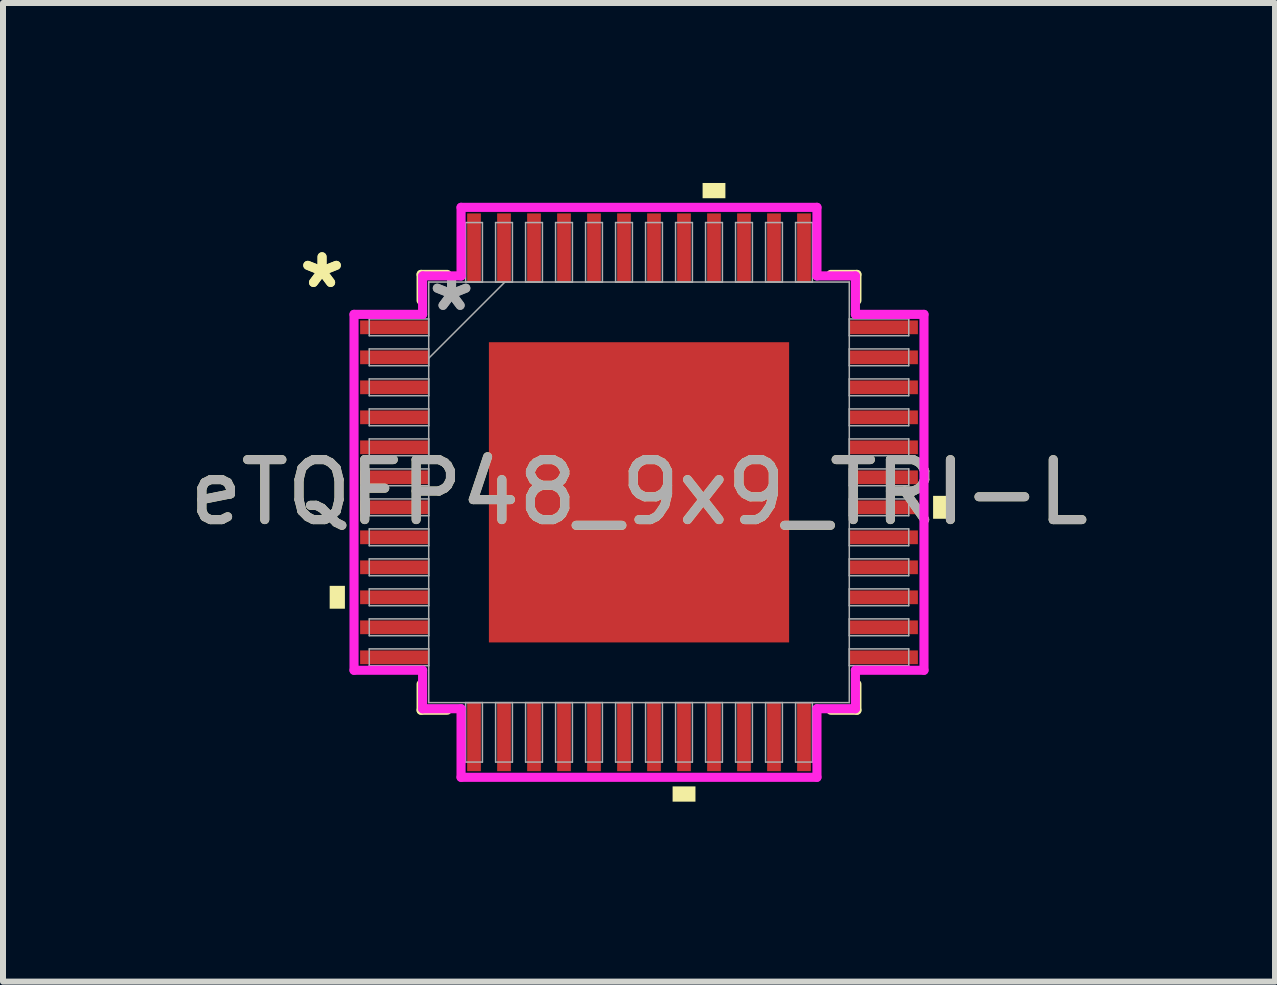
<source format=kicad_pcb>
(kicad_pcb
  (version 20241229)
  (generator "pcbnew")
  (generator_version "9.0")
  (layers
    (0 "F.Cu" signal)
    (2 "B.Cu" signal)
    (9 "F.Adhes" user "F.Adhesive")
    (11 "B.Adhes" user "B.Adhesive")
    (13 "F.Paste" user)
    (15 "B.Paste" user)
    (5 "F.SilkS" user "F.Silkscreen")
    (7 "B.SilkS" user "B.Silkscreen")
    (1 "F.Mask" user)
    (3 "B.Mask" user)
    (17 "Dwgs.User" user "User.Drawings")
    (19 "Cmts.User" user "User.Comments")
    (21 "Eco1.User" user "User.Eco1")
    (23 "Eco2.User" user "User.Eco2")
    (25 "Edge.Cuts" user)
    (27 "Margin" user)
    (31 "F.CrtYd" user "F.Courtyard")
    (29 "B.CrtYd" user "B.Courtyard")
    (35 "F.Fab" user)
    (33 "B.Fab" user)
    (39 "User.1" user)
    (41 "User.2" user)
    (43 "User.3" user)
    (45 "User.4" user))
  (footprint "eTQFP48_9x9_TRI-L"
    (layer "F.Cu")
    (at 7.601 5.156)
    (property "Reference" "eTQFP48_9x9_TRI-L" (at 0 0 0) (unlocked yes) (layer "F.SilkS") (effects (font (size 1 1) (thickness 0.15))))
    (attr smd)
    (fp_line (start -3.632 -3.632) (end -3.632 -3.197) (stroke (width 0.152) (type solid)) (layer "F.SilkS"))
    (fp_line (start -3.632 3.197) (end -3.632 3.632) (stroke (width 0.152) (type solid)) (layer "F.SilkS"))
    (fp_line (start -3.632 3.632) (end -3.197 3.632) (stroke (width 0.152) (type solid)) (layer "F.SilkS"))
    (fp_line (start -3.197 -3.632) (end -3.632 -3.632) (stroke (width 0.152) (type solid)) (layer "F.SilkS"))
    (fp_line (start 3.197 3.632) (end 3.632 3.632) (stroke (width 0.152) (type solid)) (layer "F.SilkS"))
    (fp_line (start 3.632 -3.632) (end 3.197 -3.632) (stroke (width 0.152) (type solid)) (layer "F.SilkS"))
    (fp_line (start 3.632 -3.197) (end 3.632 -3.632) (stroke (width 0.152) (type solid)) (layer "F.SilkS"))
    (fp_line (start 3.632 3.632) (end 3.632 3.197) (stroke (width 0.152) (type solid)) (layer "F.SilkS"))
    (fp_poly (pts (xy -5.156 1.559) (xy -5.156 1.94) (xy -4.902 1.94) (xy -4.902 1.559)) (stroke (width 0) (type solid)) (fill yes) (layer "F.SilkS"))
    (fp_poly (pts (xy 0.56 4.902) (xy 0.56 5.156) (xy 0.941 5.156) (xy 0.941 4.902)) (stroke (width 0) (type solid)) (fill yes) (layer "F.SilkS"))
    (fp_poly (pts (xy 1.06 -4.902) (xy 1.06 -5.156) (xy 1.44 -5.156) (xy 1.44 -4.902)) (stroke (width 0) (type solid)) (fill yes) (layer "F.SilkS"))
    (fp_poly (pts (xy 5.156 0.059) (xy 5.156 0.441) (xy 4.902 0.441) (xy 4.902 0.059)) (stroke (width 0) (type solid)) (fill yes) (layer "F.SilkS"))
    (fp_poly (pts (xy -2.402 -2.402) (xy -2.402 -0.934) (xy -0.934 -0.934) (xy -0.934 -2.402)) (stroke (width 0) (type solid)) (fill yes) (layer "F.Paste"))
    (fp_poly (pts (xy -2.402 -0.734) (xy -2.402 0.734) (xy -0.934 0.734) (xy -0.934 -0.734)) (stroke (width 0) (type solid)) (fill yes) (layer "F.Paste"))
    (fp_poly (pts (xy -2.402 0.934) (xy -2.402 2.402) (xy -0.934 2.402) (xy -0.934 0.934)) (stroke (width 0) (type solid)) (fill yes) (layer "F.Paste"))
    (fp_poly (pts (xy -0.734 -2.402) (xy -0.734 -0.934) (xy 0.734 -0.934) (xy 0.734 -2.402)) (stroke (width 0) (type solid)) (fill yes) (layer "F.Paste"))
    (fp_poly (pts (xy -0.734 -0.734) (xy -0.734 0.734) (xy 0.734 0.734) (xy 0.734 -0.734)) (stroke (width 0) (type solid)) (fill yes) (layer "F.Paste"))
    (fp_poly (pts (xy -0.734 0.934) (xy -0.734 2.402) (xy 0.734 2.402) (xy 0.734 0.934)) (stroke (width 0) (type solid)) (fill yes) (layer "F.Paste"))
    (fp_poly (pts (xy 0.934 -2.402) (xy 0.934 -0.934) (xy 2.402 -0.934) (xy 2.402 -2.402)) (stroke (width 0) (type solid)) (fill yes) (layer "F.Paste"))
    (fp_poly (pts (xy 0.934 -0.734) (xy 0.934 0.734) (xy 2.402 0.734) (xy 2.402 -0.734)) (stroke (width 0) (type solid)) (fill yes) (layer "F.Paste"))
    (fp_poly (pts (xy 0.934 0.934) (xy 0.934 2.402) (xy 2.402 2.402) (xy 2.402 0.934)) (stroke (width 0) (type solid)) (fill yes) (layer "F.Paste"))
    (fp_line (start -4.75 -2.966) (end -3.607 -2.966) (stroke (width 0.152) (type solid)) (layer "F.CrtYd"))
    (fp_line (start -4.75 2.966) (end -4.75 -2.966) (stroke (width 0.152) (type solid)) (layer "F.CrtYd"))
    (fp_line (start -3.607 -3.607) (end -2.966 -3.607) (stroke (width 0.152) (type solid)) (layer "F.CrtYd"))
    (fp_line (start -3.607 -2.966) (end -3.607 -3.607) (stroke (width 0.152) (type solid)) (layer "F.CrtYd"))
    (fp_line (start -3.607 2.966) (end -4.75 2.966) (stroke (width 0.152) (type solid)) (layer "F.CrtYd"))
    (fp_line (start -3.607 3.607) (end -3.607 2.966) (stroke (width 0.152) (type solid)) (layer "F.CrtYd"))
    (fp_line (start -3.607 3.607) (end -2.966 3.607) (stroke (width 0.152) (type solid)) (layer "F.CrtYd"))
    (fp_line (start -2.966 -4.75) (end 2.966 -4.75) (stroke (width 0.152) (type solid)) (layer "F.CrtYd"))
    (fp_line (start -2.966 -3.607) (end -2.966 -4.75) (stroke (width 0.152) (type solid)) (layer "F.CrtYd"))
    (fp_line (start -2.966 3.607) (end -2.966 4.75) (stroke (width 0.152) (type solid)) (layer "F.CrtYd"))
    (fp_line (start -2.966 4.75) (end 2.966 4.75) (stroke (width 0.152) (type solid)) (layer "F.CrtYd"))
    (fp_line (start 2.966 -4.75) (end 2.966 -3.607) (stroke (width 0.152) (type solid)) (layer "F.CrtYd"))
    (fp_line (start 2.966 -3.607) (end 3.607 -3.607) (stroke (width 0.152) (type solid)) (layer "F.CrtYd"))
    (fp_line (start 2.966 3.607) (end 3.607 3.607) (stroke (width 0.152) (type solid)) (layer "F.CrtYd"))
    (fp_line (start 2.966 4.75) (end 2.966 3.607) (stroke (width 0.152) (type solid)) (layer "F.CrtYd"))
    (fp_line (start 3.607 -2.966) (end 3.607 -3.607) (stroke (width 0.152) (type solid)) (layer "F.CrtYd"))
    (fp_line (start 3.607 2.966) (end 4.75 2.966) (stroke (width 0.152) (type solid)) (layer "F.CrtYd"))
    (fp_line (start 3.607 3.607) (end 3.607 2.966) (stroke (width 0.152) (type solid)) (layer "F.CrtYd"))
    (fp_line (start 4.75 -2.966) (end 3.607 -2.966) (stroke (width 0.152) (type solid)) (layer "F.CrtYd"))
    (fp_line (start 4.75 2.966) (end 4.75 -2.966) (stroke (width 0.152) (type solid)) (layer "F.CrtYd"))
    (fp_line (start -4.496 -2.89) (end -4.496 -2.61) (stroke (width 0.025) (type solid)) (layer "F.Fab"))
    (fp_line (start -4.496 -2.61) (end -3.505 -2.61) (stroke (width 0.025) (type solid)) (layer "F.Fab"))
    (fp_line (start -4.496 -2.39) (end -4.496 -2.11) (stroke (width 0.025) (type solid)) (layer "F.Fab"))
    (fp_line (start -4.496 -2.11) (end -3.505 -2.11) (stroke (width 0.025) (type solid)) (layer "F.Fab"))
    (fp_line (start -4.496 -1.89) (end -4.496 -1.61) (stroke (width 0.025) (type solid)) (layer "F.Fab"))
    (fp_line (start -4.496 -1.61) (end -3.505 -1.61) (stroke (width 0.025) (type solid)) (layer "F.Fab"))
    (fp_line (start -4.496 -1.39) (end -4.496 -1.11) (stroke (width 0.025) (type solid)) (layer "F.Fab"))
    (fp_line (start -4.496 -1.11) (end -3.505 -1.11) (stroke (width 0.025) (type solid)) (layer "F.Fab"))
    (fp_line (start -4.496 -0.89) (end -4.496 -0.61) (stroke (width 0.025) (type solid)) (layer "F.Fab"))
    (fp_line (start -4.496 -0.61) (end -3.505 -0.61) (stroke (width 0.025) (type solid)) (layer "F.Fab"))
    (fp_line (start -4.496 -0.39) (end -4.496 -0.11) (stroke (width 0.025) (type solid)) (layer "F.Fab"))
    (fp_line (start -4.496 -0.11) (end -3.505 -0.11) (stroke (width 0.025) (type solid)) (layer "F.Fab"))
    (fp_line (start -4.496 0.11) (end -4.496 0.39) (stroke (width 0.025) (type solid)) (layer "F.Fab"))
    (fp_line (start -4.496 0.39) (end -3.505 0.39) (stroke (width 0.025) (type solid)) (layer "F.Fab"))
    (fp_line (start -4.496 0.61) (end -4.496 0.89) (stroke (width 0.025) (type solid)) (layer "F.Fab"))
    (fp_line (start -4.496 0.89) (end -3.505 0.89) (stroke (width 0.025) (type solid)) (layer "F.Fab"))
    (fp_line (start -4.496 1.11) (end -4.496 1.39) (stroke (width 0.025) (type solid)) (layer "F.Fab"))
    (fp_line (start -4.496 1.39) (end -3.505 1.39) (stroke (width 0.025) (type solid)) (layer "F.Fab"))
    (fp_line (start -4.496 1.61) (end -4.496 1.89) (stroke (width 0.025) (type solid)) (layer "F.Fab"))
    (fp_line (start -4.496 1.89) (end -3.505 1.89) (stroke (width 0.025) (type solid)) (layer "F.Fab"))
    (fp_line (start -4.496 2.11) (end -4.496 2.39) (stroke (width 0.025) (type solid)) (layer "F.Fab"))
    (fp_line (start -4.496 2.39) (end -3.505 2.39) (stroke (width 0.025) (type solid)) (layer "F.Fab"))
    (fp_line (start -4.496 2.61) (end -4.496 2.89) (stroke (width 0.025) (type solid)) (layer "F.Fab"))
    (fp_line (start -4.496 2.89) (end -3.505 2.89) (stroke (width 0.025) (type solid)) (layer "F.Fab"))
    (fp_line (start -3.505 -3.505) (end -3.505 3.505) (stroke (width 0.025) (type solid)) (layer "F.Fab"))
    (fp_line (start -3.505 -2.89) (end -4.496 -2.89) (stroke (width 0.025) (type solid)) (layer "F.Fab"))
    (fp_line (start -3.505 -2.61) (end -3.505 -2.89) (stroke (width 0.025) (type solid)) (layer "F.Fab"))
    (fp_line (start -3.505 -2.39) (end -4.496 -2.39) (stroke (width 0.025) (type solid)) (layer "F.Fab"))
    (fp_line (start -3.505 -2.235) (end -2.235 -3.505) (stroke (width 0.025) (type solid)) (layer "F.Fab"))
    (fp_line (start -3.505 -2.11) (end -3.505 -2.39) (stroke (width 0.025) (type solid)) (layer "F.Fab"))
    (fp_line (start -3.505 -1.89) (end -4.496 -1.89) (stroke (width 0.025) (type solid)) (layer "F.Fab"))
    (fp_line (start -3.505 -1.61) (end -3.505 -1.89) (stroke (width 0.025) (type solid)) (layer "F.Fab"))
    (fp_line (start -3.505 -1.39) (end -4.496 -1.39) (stroke (width 0.025) (type solid)) (layer "F.Fab"))
    (fp_line (start -3.505 -1.11) (end -3.505 -1.39) (stroke (width 0.025) (type solid)) (layer "F.Fab"))
    (fp_line (start -3.505 -0.89) (end -4.496 -0.89) (stroke (width 0.025) (type solid)) (layer "F.Fab"))
    (fp_line (start -3.505 -0.61) (end -3.505 -0.89) (stroke (width 0.025) (type solid)) (layer "F.Fab"))
    (fp_line (start -3.505 -0.39) (end -4.496 -0.39) (stroke (width 0.025) (type solid)) (layer "F.Fab"))
    (fp_line (start -3.505 -0.11) (end -3.505 -0.39) (stroke (width 0.025) (type solid)) (layer "F.Fab"))
    (fp_line (start -3.505 0.11) (end -4.496 0.11) (stroke (width 0.025) (type solid)) (layer "F.Fab"))
    (fp_line (start -3.505 0.39) (end -3.505 0.11) (stroke (width 0.025) (type solid)) (layer "F.Fab"))
    (fp_line (start -3.505 0.61) (end -4.496 0.61) (stroke (width 0.025) (type solid)) (layer "F.Fab"))
    (fp_line (start -3.505 0.89) (end -3.505 0.61) (stroke (width 0.025) (type solid)) (layer "F.Fab"))
    (fp_line (start -3.505 1.11) (end -4.496 1.11) (stroke (width 0.025) (type solid)) (layer "F.Fab"))
    (fp_line (start -3.505 1.39) (end -3.505 1.11) (stroke (width 0.025) (type solid)) (layer "F.Fab"))
    (fp_line (start -3.505 1.61) (end -4.496 1.61) (stroke (width 0.025) (type solid)) (layer "F.Fab"))
    (fp_line (start -3.505 1.89) (end -3.505 1.61) (stroke (width 0.025) (type solid)) (layer "F.Fab"))
    (fp_line (start -3.505 2.11) (end -4.496 2.11) (stroke (width 0.025) (type solid)) (layer "F.Fab"))
    (fp_line (start -3.505 2.39) (end -3.505 2.11) (stroke (width 0.025) (type solid)) (layer "F.Fab"))
    (fp_line (start -3.505 2.61) (end -4.496 2.61) (stroke (width 0.025) (type solid)) (layer "F.Fab"))
    (fp_line (start -3.505 2.89) (end -3.505 2.61) (stroke (width 0.025) (type solid)) (layer "F.Fab"))
    (fp_line (start -3.505 3.505) (end 3.505 3.505) (stroke (width 0.025) (type solid)) (layer "F.Fab"))
    (fp_line (start -2.89 -4.496) (end -2.89 -3.505) (stroke (width 0.025) (type solid)) (layer "F.Fab"))
    (fp_line (start -2.89 -3.505) (end -2.61 -3.505) (stroke (width 0.025) (type solid)) (layer "F.Fab"))
    (fp_line (start -2.89 3.505) (end -2.89 4.496) (stroke (width 0.025) (type solid)) (layer "F.Fab"))
    (fp_line (start -2.89 4.496) (end -2.61 4.496) (stroke (width 0.025) (type solid)) (layer "F.Fab"))
    (fp_line (start -2.61 -4.496) (end -2.89 -4.496) (stroke (width 0.025) (type solid)) (layer "F.Fab"))
    (fp_line (start -2.61 -3.505) (end -2.61 -4.496) (stroke (width 0.025) (type solid)) (layer "F.Fab"))
    (fp_line (start -2.61 3.505) (end -2.89 3.505) (stroke (width 0.025) (type solid)) (layer "F.Fab"))
    (fp_line (start -2.61 4.496) (end -2.61 3.505) (stroke (width 0.025) (type solid)) (layer "F.Fab"))
    (fp_line (start -2.39 -4.496) (end -2.39 -3.505) (stroke (width 0.025) (type solid)) (layer "F.Fab"))
    (fp_line (start -2.39 -3.505) (end -2.11 -3.505) (stroke (width 0.025) (type solid)) (layer "F.Fab"))
    (fp_line (start -2.39 3.505) (end -2.39 4.496) (stroke (width 0.025) (type solid)) (layer "F.Fab"))
    (fp_line (start -2.39 4.496) (end -2.11 4.496) (stroke (width 0.025) (type solid)) (layer "F.Fab"))
    (fp_line (start -2.11 -4.496) (end -2.39 -4.496) (stroke (width 0.025) (type solid)) (layer "F.Fab"))
    (fp_line (start -2.11 -3.505) (end -2.11 -4.496) (stroke (width 0.025) (type solid)) (layer "F.Fab"))
    (fp_line (start -2.11 3.505) (end -2.39 3.505) (stroke (width 0.025) (type solid)) (layer "F.Fab"))
    (fp_line (start -2.11 4.496) (end -2.11 3.505) (stroke (width 0.025) (type solid)) (layer "F.Fab"))
    (fp_line (start -1.89 -4.496) (end -1.89 -3.505) (stroke (width 0.025) (type solid)) (layer "F.Fab"))
    (fp_line (start -1.89 -3.505) (end -1.61 -3.505) (stroke (width 0.025) (type solid)) (layer "F.Fab"))
    (fp_line (start -1.89 3.505) (end -1.89 4.496) (stroke (width 0.025) (type solid)) (layer "F.Fab"))
    (fp_line (start -1.89 4.496) (end -1.61 4.496) (stroke (width 0.025) (type solid)) (layer "F.Fab"))
    (fp_line (start -1.61 -4.496) (end -1.89 -4.496) (stroke (width 0.025) (type solid)) (layer "F.Fab"))
    (fp_line (start -1.61 -3.505) (end -1.61 -4.496) (stroke (width 0.025) (type solid)) (layer "F.Fab"))
    (fp_line (start -1.61 3.505) (end -1.89 3.505) (stroke (width 0.025) (type solid)) (layer "F.Fab"))
    (fp_line (start -1.61 4.496) (end -1.61 3.505) (stroke (width 0.025) (type solid)) (layer "F.Fab"))
    (fp_line (start -1.39 -4.496) (end -1.39 -3.505) (stroke (width 0.025) (type solid)) (layer "F.Fab"))
    (fp_line (start -1.39 -3.505) (end -1.11 -3.505) (stroke (width 0.025) (type solid)) (layer "F.Fab"))
    (fp_line (start -1.39 3.505) (end -1.39 4.496) (stroke (width 0.025) (type solid)) (layer "F.Fab"))
    (fp_line (start -1.39 4.496) (end -1.11 4.496) (stroke (width 0.025) (type solid)) (layer "F.Fab"))
    (fp_line (start -1.11 -4.496) (end -1.39 -4.496) (stroke (width 0.025) (type solid)) (layer "F.Fab"))
    (fp_line (start -1.11 -3.505) (end -1.11 -4.496) (stroke (width 0.025) (type solid)) (layer "F.Fab"))
    (fp_line (start -1.11 3.505) (end -1.39 3.505) (stroke (width 0.025) (type solid)) (layer "F.Fab"))
    (fp_line (start -1.11 4.496) (end -1.11 3.505) (stroke (width 0.025) (type solid)) (layer "F.Fab"))
    (fp_line (start -0.89 -4.496) (end -0.89 -3.505) (stroke (width 0.025) (type solid)) (layer "F.Fab"))
    (fp_line (start -0.89 -3.505) (end -0.61 -3.505) (stroke (width 0.025) (type solid)) (layer "F.Fab"))
    (fp_line (start -0.89 3.505) (end -0.89 4.496) (stroke (width 0.025) (type solid)) (layer "F.Fab"))
    (fp_line (start -0.89 4.496) (end -0.61 4.496) (stroke (width 0.025) (type solid)) (layer "F.Fab"))
    (fp_line (start -0.61 -4.496) (end -0.89 -4.496) (stroke (width 0.025) (type solid)) (layer "F.Fab"))
    (fp_line (start -0.61 -3.505) (end -0.61 -4.496) (stroke (width 0.025) (type solid)) (layer "F.Fab"))
    (fp_line (start -0.61 3.505) (end -0.89 3.505) (stroke (width 0.025) (type solid)) (layer "F.Fab"))
    (fp_line (start -0.61 4.496) (end -0.61 3.505) (stroke (width 0.025) (type solid)) (layer "F.Fab"))
    (fp_line (start -0.39 -4.496) (end -0.39 -3.505) (stroke (width 0.025) (type solid)) (layer "F.Fab"))
    (fp_line (start -0.39 -3.505) (end -0.11 -3.505) (stroke (width 0.025) (type solid)) (layer "F.Fab"))
    (fp_line (start -0.39 3.505) (end -0.39 4.496) (stroke (width 0.025) (type solid)) (layer "F.Fab"))
    (fp_line (start -0.39 4.496) (end -0.11 4.496) (stroke (width 0.025) (type solid)) (layer "F.Fab"))
    (fp_line (start -0.11 -4.496) (end -0.39 -4.496) (stroke (width 0.025) (type solid)) (layer "F.Fab"))
    (fp_line (start -0.11 -3.505) (end -0.11 -4.496) (stroke (width 0.025) (type solid)) (layer "F.Fab"))
    (fp_line (start -0.11 3.505) (end -0.39 3.505) (stroke (width 0.025) (type solid)) (layer "F.Fab"))
    (fp_line (start -0.11 4.496) (end -0.11 3.505) (stroke (width 0.025) (type solid)) (layer "F.Fab"))
    (fp_line (start 0.11 -4.496) (end 0.11 -3.505) (stroke (width 0.025) (type solid)) (layer "F.Fab"))
    (fp_line (start 0.11 -3.505) (end 0.39 -3.505) (stroke (width 0.025) (type solid)) (layer "F.Fab"))
    (fp_line (start 0.11 3.505) (end 0.11 4.496) (stroke (width 0.025) (type solid)) (layer "F.Fab"))
    (fp_line (start 0.11 4.496) (end 0.39 4.496) (stroke (width 0.025) (type solid)) (layer "F.Fab"))
    (fp_line (start 0.39 -4.496) (end 0.11 -4.496) (stroke (width 0.025) (type solid)) (layer "F.Fab"))
    (fp_line (start 0.39 -3.505) (end 0.39 -4.496) (stroke (width 0.025) (type solid)) (layer "F.Fab"))
    (fp_line (start 0.39 3.505) (end 0.11 3.505) (stroke (width 0.025) (type solid)) (layer "F.Fab"))
    (fp_line (start 0.39 4.496) (end 0.39 3.505) (stroke (width 0.025) (type solid)) (layer "F.Fab"))
    (fp_line (start 0.61 -4.496) (end 0.61 -3.505) (stroke (width 0.025) (type solid)) (layer "F.Fab"))
    (fp_line (start 0.61 -3.505) (end 0.89 -3.505) (stroke (width 0.025) (type solid)) (layer "F.Fab"))
    (fp_line (start 0.61 3.505) (end 0.61 4.496) (stroke (width 0.025) (type solid)) (layer "F.Fab"))
    (fp_line (start 0.61 4.496) (end 0.89 4.496) (stroke (width 0.025) (type solid)) (layer "F.Fab"))
    (fp_line (start 0.89 -4.496) (end 0.61 -4.496) (stroke (width 0.025) (type solid)) (layer "F.Fab"))
    (fp_line (start 0.89 -3.505) (end 0.89 -4.496) (stroke (width 0.025) (type solid)) (layer "F.Fab"))
    (fp_line (start 0.89 3.505) (end 0.61 3.505) (stroke (width 0.025) (type solid)) (layer "F.Fab"))
    (fp_line (start 0.89 4.496) (end 0.89 3.505) (stroke (width 0.025) (type solid)) (layer "F.Fab"))
    (fp_line (start 1.11 -4.496) (end 1.11 -3.505) (stroke (width 0.025) (type solid)) (layer "F.Fab"))
    (fp_line (start 1.11 -3.505) (end 1.39 -3.505) (stroke (width 0.025) (type solid)) (layer "F.Fab"))
    (fp_line (start 1.11 3.505) (end 1.11 4.496) (stroke (width 0.025) (type solid)) (layer "F.Fab"))
    (fp_line (start 1.11 4.496) (end 1.39 4.496) (stroke (width 0.025) (type solid)) (layer "F.Fab"))
    (fp_line (start 1.39 -4.496) (end 1.11 -4.496) (stroke (width 0.025) (type solid)) (layer "F.Fab"))
    (fp_line (start 1.39 -3.505) (end 1.39 -4.496) (stroke (width 0.025) (type solid)) (layer "F.Fab"))
    (fp_line (start 1.39 3.505) (end 1.11 3.505) (stroke (width 0.025) (type solid)) (layer "F.Fab"))
    (fp_line (start 1.39 4.496) (end 1.39 3.505) (stroke (width 0.025) (type solid)) (layer "F.Fab"))
    (fp_line (start 1.61 -4.496) (end 1.61 -3.505) (stroke (width 0.025) (type solid)) (layer "F.Fab"))
    (fp_line (start 1.61 -3.505) (end 1.89 -3.505) (stroke (width 0.025) (type solid)) (layer "F.Fab"))
    (fp_line (start 1.61 3.505) (end 1.61 4.496) (stroke (width 0.025) (type solid)) (layer "F.Fab"))
    (fp_line (start 1.61 4.496) (end 1.89 4.496) (stroke (width 0.025) (type solid)) (layer "F.Fab"))
    (fp_line (start 1.89 -4.496) (end 1.61 -4.496) (stroke (width 0.025) (type solid)) (layer "F.Fab"))
    (fp_line (start 1.89 -3.505) (end 1.89 -4.496) (stroke (width 0.025) (type solid)) (layer "F.Fab"))
    (fp_line (start 1.89 3.505) (end 1.61 3.505) (stroke (width 0.025) (type solid)) (layer "F.Fab"))
    (fp_line (start 1.89 4.496) (end 1.89 3.505) (stroke (width 0.025) (type solid)) (layer "F.Fab"))
    (fp_line (start 2.11 -4.496) (end 2.11 -3.505) (stroke (width 0.025) (type solid)) (layer "F.Fab"))
    (fp_line (start 2.11 -3.505) (end 2.39 -3.505) (stroke (width 0.025) (type solid)) (layer "F.Fab"))
    (fp_line (start 2.11 3.505) (end 2.11 4.496) (stroke (width 0.025) (type solid)) (layer "F.Fab"))
    (fp_line (start 2.11 4.496) (end 2.39 4.496) (stroke (width 0.025) (type solid)) (layer "F.Fab"))
    (fp_line (start 2.39 -4.496) (end 2.11 -4.496) (stroke (width 0.025) (type solid)) (layer "F.Fab"))
    (fp_line (start 2.39 -3.505) (end 2.39 -4.496) (stroke (width 0.025) (type solid)) (layer "F.Fab"))
    (fp_line (start 2.39 3.505) (end 2.11 3.505) (stroke (width 0.025) (type solid)) (layer "F.Fab"))
    (fp_line (start 2.39 4.496) (end 2.39 3.505) (stroke (width 0.025) (type solid)) (layer "F.Fab"))
    (fp_line (start 2.61 -4.496) (end 2.61 -3.505) (stroke (width 0.025) (type solid)) (layer "F.Fab"))
    (fp_line (start 2.61 -3.505) (end 2.89 -3.505) (stroke (width 0.025) (type solid)) (layer "F.Fab"))
    (fp_line (start 2.61 3.505) (end 2.61 4.496) (stroke (width 0.025) (type solid)) (layer "F.Fab"))
    (fp_line (start 2.61 4.496) (end 2.89 4.496) (stroke (width 0.025) (type solid)) (layer "F.Fab"))
    (fp_line (start 2.89 -4.496) (end 2.61 -4.496) (stroke (width 0.025) (type solid)) (layer "F.Fab"))
    (fp_line (start 2.89 -3.505) (end 2.89 -4.496) (stroke (width 0.025) (type solid)) (layer "F.Fab"))
    (fp_line (start 2.89 3.505) (end 2.61 3.505) (stroke (width 0.025) (type solid)) (layer "F.Fab"))
    (fp_line (start 2.89 4.496) (end 2.89 3.505) (stroke (width 0.025) (type solid)) (layer "F.Fab"))
    (fp_line (start 3.505 -3.505) (end -3.505 -3.505) (stroke (width 0.025) (type solid)) (layer "F.Fab"))
    (fp_line (start 3.505 -2.89) (end 3.505 -2.61) (stroke (width 0.025) (type solid)) (layer "F.Fab"))
    (fp_line (start 3.505 -2.61) (end 4.496 -2.61) (stroke (width 0.025) (type solid)) (layer "F.Fab"))
    (fp_line (start 3.505 -2.39) (end 3.505 -2.11) (stroke (width 0.025) (type solid)) (layer "F.Fab"))
    (fp_line (start 3.505 -2.11) (end 4.496 -2.11) (stroke (width 0.025) (type solid)) (layer "F.Fab"))
    (fp_line (start 3.505 -1.89) (end 3.505 -1.61) (stroke (width 0.025) (type solid)) (layer "F.Fab"))
    (fp_line (start 3.505 -1.61) (end 4.496 -1.61) (stroke (width 0.025) (type solid)) (layer "F.Fab"))
    (fp_line (start 3.505 -1.39) (end 3.505 -1.11) (stroke (width 0.025) (type solid)) (layer "F.Fab"))
    (fp_line (start 3.505 -1.11) (end 4.496 -1.11) (stroke (width 0.025) (type solid)) (layer "F.Fab"))
    (fp_line (start 3.505 -0.89) (end 3.505 -0.61) (stroke (width 0.025) (type solid)) (layer "F.Fab"))
    (fp_line (start 3.505 -0.61) (end 4.496 -0.61) (stroke (width 0.025) (type solid)) (layer "F.Fab"))
    (fp_line (start 3.505 -0.39) (end 3.505 -0.11) (stroke (width 0.025) (type solid)) (layer "F.Fab"))
    (fp_line (start 3.505 -0.11) (end 4.496 -0.11) (stroke (width 0.025) (type solid)) (layer "F.Fab"))
    (fp_line (start 3.505 0.11) (end 3.505 0.39) (stroke (width 0.025) (type solid)) (layer "F.Fab"))
    (fp_line (start 3.505 0.39) (end 4.496 0.39) (stroke (width 0.025) (type solid)) (layer "F.Fab"))
    (fp_line (start 3.505 0.61) (end 3.505 0.89) (stroke (width 0.025) (type solid)) (layer "F.Fab"))
    (fp_line (start 3.505 0.89) (end 4.496 0.89) (stroke (width 0.025) (type solid)) (layer "F.Fab"))
    (fp_line (start 3.505 1.11) (end 3.505 1.39) (stroke (width 0.025) (type solid)) (layer "F.Fab"))
    (fp_line (start 3.505 1.39) (end 4.496 1.39) (stroke (width 0.025) (type solid)) (layer "F.Fab"))
    (fp_line (start 3.505 1.61) (end 3.505 1.89) (stroke (width 0.025) (type solid)) (layer "F.Fab"))
    (fp_line (start 3.505 1.89) (end 4.496 1.89) (stroke (width 0.025) (type solid)) (layer "F.Fab"))
    (fp_line (start 3.505 2.11) (end 3.505 2.39) (stroke (width 0.025) (type solid)) (layer "F.Fab"))
    (fp_line (start 3.505 2.39) (end 4.496 2.39) (stroke (width 0.025) (type solid)) (layer "F.Fab"))
    (fp_line (start 3.505 2.61) (end 3.505 2.89) (stroke (width 0.025) (type solid)) (layer "F.Fab"))
    (fp_line (start 3.505 2.89) (end 4.496 2.89) (stroke (width 0.025) (type solid)) (layer "F.Fab"))
    (fp_line (start 3.505 3.505) (end 3.505 -3.505) (stroke (width 0.025) (type solid)) (layer "F.Fab"))
    (fp_line (start 4.496 -2.89) (end 3.505 -2.89) (stroke (width 0.025) (type solid)) (layer "F.Fab"))
    (fp_line (start 4.496 -2.61) (end 4.496 -2.89) (stroke (width 0.025) (type solid)) (layer "F.Fab"))
    (fp_line (start 4.496 -2.39) (end 3.505 -2.39) (stroke (width 0.025) (type solid)) (layer "F.Fab"))
    (fp_line (start 4.496 -2.11) (end 4.496 -2.39) (stroke (width 0.025) (type solid)) (layer "F.Fab"))
    (fp_line (start 4.496 -1.89) (end 3.505 -1.89) (stroke (width 0.025) (type solid)) (layer "F.Fab"))
    (fp_line (start 4.496 -1.61) (end 4.496 -1.89) (stroke (width 0.025) (type solid)) (layer "F.Fab"))
    (fp_line (start 4.496 -1.39) (end 3.505 -1.39) (stroke (width 0.025) (type solid)) (layer "F.Fab"))
    (fp_line (start 4.496 -1.11) (end 4.496 -1.39) (stroke (width 0.025) (type solid)) (layer "F.Fab"))
    (fp_line (start 4.496 -0.89) (end 3.505 -0.89) (stroke (width 0.025) (type solid)) (layer "F.Fab"))
    (fp_line (start 4.496 -0.61) (end 4.496 -0.89) (stroke (width 0.025) (type solid)) (layer "F.Fab"))
    (fp_line (start 4.496 -0.39) (end 3.505 -0.39) (stroke (width 0.025) (type solid)) (layer "F.Fab"))
    (fp_line (start 4.496 -0.11) (end 4.496 -0.39) (stroke (width 0.025) (type solid)) (layer "F.Fab"))
    (fp_line (start 4.496 0.11) (end 3.505 0.11) (stroke (width 0.025) (type solid)) (layer "F.Fab"))
    (fp_line (start 4.496 0.39) (end 4.496 0.11) (stroke (width 0.025) (type solid)) (layer "F.Fab"))
    (fp_line (start 4.496 0.61) (end 3.505 0.61) (stroke (width 0.025) (type solid)) (layer "F.Fab"))
    (fp_line (start 4.496 0.89) (end 4.496 0.61) (stroke (width 0.025) (type solid)) (layer "F.Fab"))
    (fp_line (start 4.496 1.11) (end 3.505 1.11) (stroke (width 0.025) (type solid)) (layer "F.Fab"))
    (fp_line (start 4.496 1.39) (end 4.496 1.11) (stroke (width 0.025) (type solid)) (layer "F.Fab"))
    (fp_line (start 4.496 1.61) (end 3.505 1.61) (stroke (width 0.025) (type solid)) (layer "F.Fab"))
    (fp_line (start 4.496 1.89) (end 4.496 1.61) (stroke (width 0.025) (type solid)) (layer "F.Fab"))
    (fp_line (start 4.496 2.11) (end 3.505 2.11) (stroke (width 0.025) (type solid)) (layer "F.Fab"))
    (fp_line (start 4.496 2.39) (end 4.496 2.11) (stroke (width 0.025) (type solid)) (layer "F.Fab"))
    (fp_line (start 4.496 2.61) (end 3.505 2.61) (stroke (width 0.025) (type solid)) (layer "F.Fab"))
    (fp_line (start 4.496 2.89) (end 4.496 2.61) (stroke (width 0.025) (type solid)) (layer "F.Fab"))
    (fp_text user "*" (at -5.283 -3.381 0) (unlocked yes) (layer "F.SilkS") (effects (font (size 1 1) (thickness 0.15))))
    (fp_text user "*" (at -5.283 -3.381 0) (layer "F.SilkS") (effects (font (size 1 1) (thickness 0.15))))
    (fp_text user "${REFERENCE}" (at 0 0 0) (unlocked yes) (layer "F.Fab") (effects (font (size 1 1) (thickness 0.15))))
    (fp_text user "*" (at -3.124 -3 0) (unlocked yes) (layer "F.Fab") (effects (font (size 1 1) (thickness 0.15))))
    (fp_text user "*" (at -3.124 -3 0) (layer "F.Fab") (effects (font (size 1 1) (thickness 0.15))))
    (pad "1" smd rect (at -4.077 -2.75 90) (size 0.229 1.143) (layers "F.Cu" "F.Mask" "F.Paste"))
    (pad "2" smd rect (at -4.077 -2.25 90) (size 0.229 1.143) (layers "F.Cu" "F.Mask" "F.Paste"))
    (pad "3" smd rect (at -4.077 -1.75 90) (size 0.229 1.143) (layers "F.Cu" "F.Mask" "F.Paste"))
    (pad "4" smd rect (at -4.077 -1.25 90) (size 0.229 1.143) (layers "F.Cu" "F.Mask" "F.Paste"))
    (pad "5" smd rect (at -4.077 -0.75 90) (size 0.229 1.143) (layers "F.Cu" "F.Mask" "F.Paste"))
    (pad "6" smd rect (at -4.077 -0.25 90) (size 0.229 1.143) (layers "F.Cu" "F.Mask" "F.Paste"))
    (pad "7" smd rect (at -4.077 0.25 90) (size 0.229 1.143) (layers "F.Cu" "F.Mask" "F.Paste"))
    (pad "8" smd rect (at -4.077 0.75 90) (size 0.229 1.143) (layers "F.Cu" "F.Mask" "F.Paste"))
    (pad "9" smd rect (at -4.077 1.25 90) (size 0.229 1.143) (layers "F.Cu" "F.Mask" "F.Paste"))
    (pad "10" smd rect (at -4.077 1.75 90) (size 0.229 1.143) (layers "F.Cu" "F.Mask" "F.Paste"))
    (pad "11" smd rect (at -4.077 2.25 90) (size 0.229 1.143) (layers "F.Cu" "F.Mask" "F.Paste"))
    (pad "12" smd rect (at -4.077 2.75 90) (size 0.229 1.143) (layers "F.Cu" "F.Mask" "F.Paste"))
    (pad "13" smd rect (at -2.75 4.077) (size 0.229 1.143) (layers "F.Cu" "F.Mask" "F.Paste"))
    (pad "14" smd rect (at -2.25 4.077) (size 0.229 1.143) (layers "F.Cu" "F.Mask" "F.Paste"))
    (pad "15" smd rect (at -1.75 4.077) (size 0.229 1.143) (layers "F.Cu" "F.Mask" "F.Paste"))
    (pad "16" smd rect (at -1.25 4.077) (size 0.229 1.143) (layers "F.Cu" "F.Mask" "F.Paste"))
    (pad "17" smd rect (at -0.75 4.077) (size 0.229 1.143) (layers "F.Cu" "F.Mask" "F.Paste"))
    (pad "18" smd rect (at -0.25 4.077) (size 0.229 1.143) (layers "F.Cu" "F.Mask" "F.Paste"))
    (pad "19" smd rect (at 0.25 4.077) (size 0.229 1.143) (layers "F.Cu" "F.Mask" "F.Paste"))
    (pad "20" smd rect (at 0.75 4.077) (size 0.229 1.143) (layers "F.Cu" "F.Mask" "F.Paste"))
    (pad "21" smd rect (at 1.25 4.077) (size 0.229 1.143) (layers "F.Cu" "F.Mask" "F.Paste"))
    (pad "22" smd rect (at 1.75 4.077) (size 0.229 1.143) (layers "F.Cu" "F.Mask" "F.Paste"))
    (pad "23" smd rect (at 2.25 4.077) (size 0.229 1.143) (layers "F.Cu" "F.Mask" "F.Paste"))
    (pad "24" smd rect (at 2.75 4.077) (size 0.229 1.143) (layers "F.Cu" "F.Mask" "F.Paste"))
    (pad "25" smd rect (at 4.077 2.75 90) (size 0.229 1.143) (layers "F.Cu" "F.Mask" "F.Paste"))
    (pad "26" smd rect (at 4.077 2.25 90) (size 0.229 1.143) (layers "F.Cu" "F.Mask" "F.Paste"))
    (pad "27" smd rect (at 4.077 1.75 90) (size 0.229 1.143) (layers "F.Cu" "F.Mask" "F.Paste"))
    (pad "28" smd rect (at 4.077 1.25 90) (size 0.229 1.143) (layers "F.Cu" "F.Mask" "F.Paste"))
    (pad "29" smd rect (at 4.077 0.75 90) (size 0.229 1.143) (layers "F.Cu" "F.Mask" "F.Paste"))
    (pad "30" smd rect (at 4.077 0.25 90) (size 0.229 1.143) (layers "F.Cu" "F.Mask" "F.Paste"))
    (pad "31" smd rect (at 4.077 -0.25 90) (size 0.229 1.143) (layers "F.Cu" "F.Mask" "F.Paste"))
    (pad "32" smd rect (at 4.077 -0.75 90) (size 0.229 1.143) (layers "F.Cu" "F.Mask" "F.Paste"))
    (pad "33" smd rect (at 4.077 -1.25 90) (size 0.229 1.143) (layers "F.Cu" "F.Mask" "F.Paste"))
    (pad "34" smd rect (at 4.077 -1.75 90) (size 0.229 1.143) (layers "F.Cu" "F.Mask" "F.Paste"))
    (pad "35" smd rect (at 4.077 -2.25 90) (size 0.229 1.143) (layers "F.Cu" "F.Mask" "F.Paste"))
    (pad "36" smd rect (at 4.077 -2.75 90) (size 0.229 1.143) (layers "F.Cu" "F.Mask" "F.Paste"))
    (pad "37" smd rect (at 2.75 -4.077) (size 0.229 1.143) (layers "F.Cu" "F.Mask" "F.Paste"))
    (pad "38" smd rect (at 2.25 -4.077) (size 0.229 1.143) (layers "F.Cu" "F.Mask" "F.Paste"))
    (pad "39" smd rect (at 1.75 -4.077) (size 0.229 1.143) (layers "F.Cu" "F.Mask" "F.Paste"))
    (pad "40" smd rect (at 1.25 -4.077) (size 0.229 1.143) (layers "F.Cu" "F.Mask" "F.Paste"))
    (pad "41" smd rect (at 0.75 -4.077) (size 0.229 1.143) (layers "F.Cu" "F.Mask" "F.Paste"))
    (pad "42" smd rect (at 0.25 -4.077) (size 0.229 1.143) (layers "F.Cu" "F.Mask" "F.Paste"))
    (pad "43" smd rect (at -0.25 -4.077) (size 0.229 1.143) (layers "F.Cu" "F.Mask" "F.Paste"))
    (pad "44" smd rect (at -0.75 -4.077) (size 0.229 1.143) (layers "F.Cu" "F.Mask" "F.Paste"))
    (pad "45" smd rect (at -1.25 -4.077) (size 0.229 1.143) (layers "F.Cu" "F.Mask" "F.Paste"))
    (pad "46" smd rect (at -1.75 -4.077) (size 0.229 1.143) (layers "F.Cu" "F.Mask" "F.Paste"))
    (pad "47" smd rect (at -2.25 -4.077) (size 0.229 1.143) (layers "F.Cu" "F.Mask" "F.Paste"))
    (pad "48" smd rect (at -2.75 -4.077) (size 0.229 1.143) (layers "F.Cu" "F.Mask" "F.Paste"))
    (pad "EPAD" smd rect (at 0 0) (size 5.004 5.004) (layers "F.Cu" "F.Mask")))
  (gr_rect
    (start -3 -3)
    (end 18.202 13.312)
    (stroke (width 0.1) (type default))
    (fill no)
    (layer "Edge.Cuts")))
</source>
